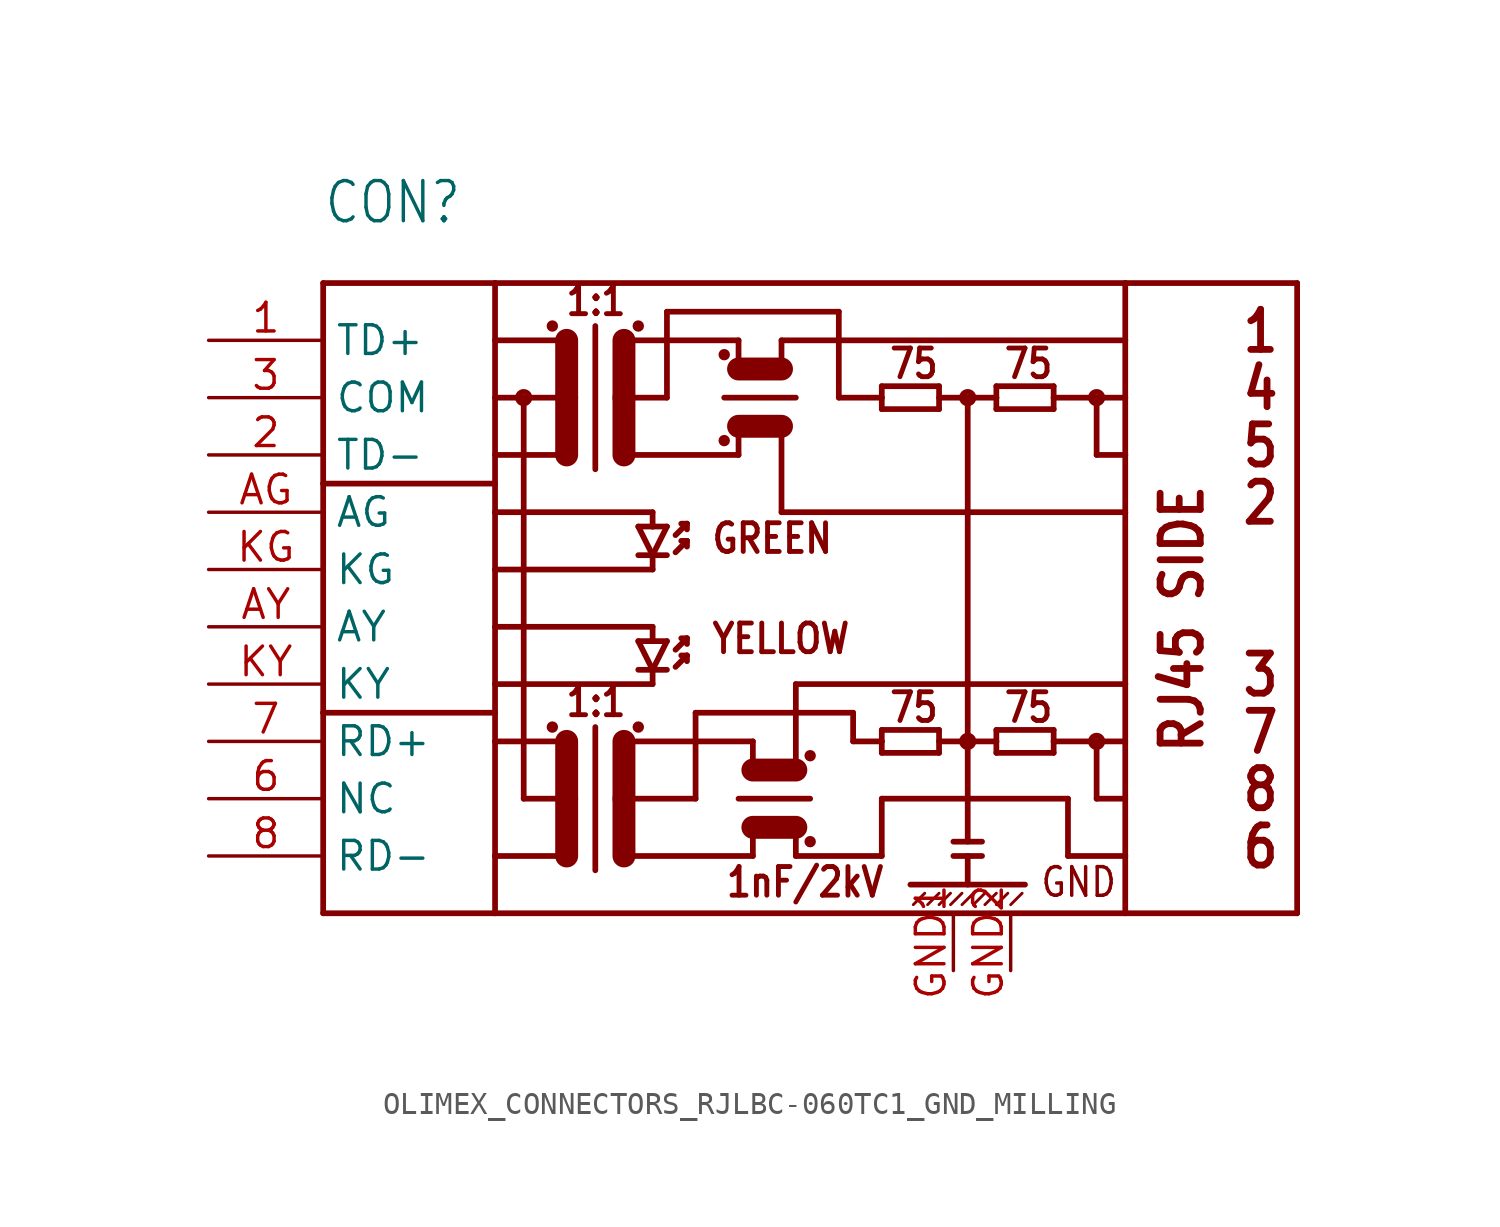
<source format=kicad_sym>
(kicad_symbol_lib
  (version 20231120)
  (generator "kicad_symbol_editor")
  (generator_version "8.0")
  (symbol "OLIMEX_CONNECTORS_RJLBC-060TC1_GND_MILLING"
    (property "Reference" "CON"
      (at -22.86 17.78 0)
      (effects (font (size 1.778 1.511)) (justify left bottom)))
    (property "Value" ""
      (at -22.86 -15.24 0)
      (effects (font (size 1.778 1.511)) (justify left bottom)))
    (property "ki_locked" ""
      (at 0 0 0)
      (effects (font (size 1.27 1.27))))
    (symbol "OLIMEX_CONNECTORS_RJLBC-060TC1_GND_MILLING_1_0"
      (circle (center -13.97 10.16) (radius 0.254) (stroke (width 0.254) (type solid)) (fill (type none)))
      (circle (center -12.7 -4.445) (radius 0.127) (stroke (width 0.254) (type solid)) (fill (type none)))
      (circle (center -12.7 13.335) (radius 0.127) (stroke (width 0.254) (type solid)) (fill (type none)))
      (circle (center -8.89 -4.445) (radius 0.127) (stroke (width 0.254) (type solid)) (fill (type none)))
      (circle (center -8.89 13.335) (radius 0.127) (stroke (width 0.254) (type solid)) (fill (type none)))
      (circle (center -5.08 8.255) (radius 0.127) (stroke (width 0.254) (type solid)) (fill (type none)))
      (circle (center -5.08 12.065) (radius 0.127) (stroke (width 0.254) (type solid)) (fill (type none)))
      (circle (center -1.27 -9.525) (radius 0.127) (stroke (width 0.254) (type solid)) (fill (type none)))
      (circle (center -1.27 -5.715) (radius 0.127) (stroke (width 0.254) (type solid)) (fill (type none)))
      (polyline (pts (xy -22.86 -12.7) (xy -15.24 -12.7)) (stroke (width 0.254) (type solid)) (fill (type none)))
      (polyline (pts (xy -22.86 -3.81) (xy -22.86 -12.7)) (stroke (width 0.254) (type solid)) (fill (type none)))
      (polyline (pts (xy -22.86 -3.81) (xy -15.24 -3.81)) (stroke (width 0.254) (type solid)) (fill (type none)))
      (polyline (pts (xy -22.86 6.35) (xy -22.86 -3.81)) (stroke (width 0.254) (type solid)) (fill (type none)))
      (polyline (pts (xy -22.86 6.35) (xy -15.24 6.35)) (stroke (width 0.254) (type solid)) (fill (type none)))
      (polyline (pts (xy -22.86 15.24) (xy -22.86 6.35)) (stroke (width 0.254) (type solid)) (fill (type none)))
      (polyline (pts (xy -22.86 15.24) (xy -15.24 15.24)) (stroke (width 0.254) (type solid)) (fill (type none)))
      (polyline (pts (xy -15.24 -12.7) (xy 12.7 -12.7)) (stroke (width 0.254) (type solid)) (fill (type none)))
      (polyline (pts (xy -15.24 -10.16) (xy -15.24 -12.7)) (stroke (width 0.254) (type solid)) (fill (type none)))
      (polyline (pts (xy -15.24 -10.16) (xy -12.065 -10.16)) (stroke (width 0.254) (type solid)) (fill (type none)))
      (polyline (pts (xy -15.24 -5.08) (xy -15.24 -10.16)) (stroke (width 0.254) (type solid)) (fill (type none)))
      (polyline (pts (xy -15.24 -3.81) (xy -15.24 -5.08)) (stroke (width 0.254) (type solid)) (fill (type none)))
      (polyline (pts (xy -15.24 -2.54) (xy -15.24 -3.81)) (stroke (width 0.254) (type solid)) (fill (type none)))
      (polyline (pts (xy -15.24 0) (xy -15.24 -2.54)) (stroke (width 0.254) (type solid)) (fill (type none)))
      (polyline (pts (xy -15.24 2.54) (xy -15.24 0)) (stroke (width 0.254) (type solid)) (fill (type none)))
      (polyline (pts (xy -15.24 5.08) (xy -15.24 2.54)) (stroke (width 0.254) (type solid)) (fill (type none)))
      (polyline (pts (xy -15.24 6.35) (xy -15.24 5.08)) (stroke (width 0.254) (type solid)) (fill (type none)))
      (polyline (pts (xy -15.24 10.16) (xy -15.24 6.35)) (stroke (width 0.254) (type solid)) (fill (type none)))
      (polyline (pts (xy -15.24 15.24) (xy -15.24 10.16)) (stroke (width 0.254) (type solid)) (fill (type none)))
      (polyline (pts (xy -15.24 15.24) (xy 12.7 15.24)) (stroke (width 0.254) (type solid)) (fill (type none)))
      (polyline (pts (xy -13.97 -7.62) (xy -12.065 -7.62)) (stroke (width 0.254) (type solid)) (fill (type none)))
      (polyline (pts (xy -13.97 10.16) (xy -15.24 10.16)) (stroke (width 0.254) (type solid)) (fill (type none)))
      (polyline (pts (xy -13.97 10.16) (xy -13.97 -7.62)) (stroke (width 0.254) (type solid)) (fill (type none)))
      (polyline (pts (xy -12.065 -7.62) (xy -12.065 -10.16)) (stroke (width 1.016) (type solid)) (fill (type none)))
      (polyline (pts (xy -12.065 -5.08) (xy -15.24 -5.08)) (stroke (width 0.254) (type solid)) (fill (type none)))
      (polyline (pts (xy -12.065 -5.08) (xy -12.065 -7.62)) (stroke (width 1.016) (type solid)) (fill (type none)))
      (polyline (pts (xy -12.065 7.62) (xy -15.24 7.62)) (stroke (width 0.254) (type solid)) (fill (type none)))
      (polyline (pts (xy -12.065 10.16) (xy -13.97 10.16)) (stroke (width 0.254) (type solid)) (fill (type none)))
      (polyline (pts (xy -12.065 10.16) (xy -12.065 7.62)) (stroke (width 1.016) (type solid)) (fill (type none)))
      (polyline (pts (xy -12.065 12.7) (xy -15.24 12.7)) (stroke (width 0.254) (type solid)) (fill (type none)))
      (polyline (pts (xy -12.065 12.7) (xy -12.065 10.16)) (stroke (width 1.016) (type solid)) (fill (type none)))
      (polyline (pts (xy -10.795 -4.445) (xy -10.795 -10.795)) (stroke (width 0.254) (type solid)) (fill (type none)))
      (polyline (pts (xy -10.795 13.335) (xy -10.795 6.985)) (stroke (width 0.254) (type solid)) (fill (type none)))
      (polyline (pts (xy -9.525 -7.62) (xy -9.525 -10.16)) (stroke (width 1.016) (type solid)) (fill (type none)))
      (polyline (pts (xy -9.525 -7.62) (xy -6.35 -7.62)) (stroke (width 0.254) (type solid)) (fill (type none)))
      (polyline (pts (xy -9.525 -5.08) (xy -9.525 -7.62)) (stroke (width 1.016) (type solid)) (fill (type none)))
      (polyline (pts (xy -9.525 -5.08) (xy -3.81 -5.08)) (stroke (width 0.254) (type solid)) (fill (type none)))
      (polyline (pts (xy -9.525 10.16) (xy -9.525 7.62)) (stroke (width 1.016) (type solid)) (fill (type none)))
      (polyline (pts (xy -9.525 10.16) (xy -7.62 10.16)) (stroke (width 0.254) (type solid)) (fill (type none)))
      (polyline (pts (xy -9.525 12.7) (xy -9.525 10.16)) (stroke (width 1.016) (type solid)) (fill (type none)))
      (polyline (pts (xy -9.525 12.7) (xy -4.445 12.7)) (stroke (width 0.254) (type solid)) (fill (type none)))
      (polyline (pts (xy -8.89 -1.905) (xy -8.255 -1.905)) (stroke (width 0.254) (type solid)) (fill (type none)))
      (polyline (pts (xy -8.89 -0.635) (xy -8.255 -0.635)) (stroke (width 0.254) (type solid)) (fill (type none)))
      (polyline (pts (xy -8.89 3.175) (xy -8.255 3.175)) (stroke (width 0.254) (type solid)) (fill (type none)))
      (polyline (pts (xy -8.89 4.445) (xy -8.255 4.445)) (stroke (width 0.254) (type solid)) (fill (type none)))
      (polyline (pts (xy -8.255 -2.54) (xy -15.24 -2.54)) (stroke (width 0.254) (type solid)) (fill (type none)))
      (polyline (pts (xy -8.255 -1.905) (xy -8.89 -0.635)) (stroke (width 0.254) (type solid)) (fill (type none)))
      (polyline (pts (xy -8.255 -1.905) (xy -8.255 -2.54)) (stroke (width 0.254) (type solid)) (fill (type none)))
      (polyline (pts (xy -8.255 -1.905) (xy -7.62 -1.905)) (stroke (width 0.254) (type solid)) (fill (type none)))
      (polyline (pts (xy -8.255 -0.635) (xy -8.255 0)) (stroke (width 0.254) (type solid)) (fill (type none)))
      (polyline (pts (xy -8.255 -0.635) (xy -7.62 -0.635)) (stroke (width 0.254) (type solid)) (fill (type none)))
      (polyline (pts (xy -8.255 0) (xy -15.24 0)) (stroke (width 0.254) (type solid)) (fill (type none)))
      (polyline (pts (xy -8.255 2.54) (xy -15.24 2.54)) (stroke (width 0.254) (type solid)) (fill (type none)))
      (polyline (pts (xy -8.255 3.175) (xy -8.89 4.445)) (stroke (width 0.254) (type solid)) (fill (type none)))
      (polyline (pts (xy -8.255 3.175) (xy -8.255 2.54)) (stroke (width 0.254) (type solid)) (fill (type none)))
      (polyline (pts (xy -8.255 3.175) (xy -7.62 3.175)) (stroke (width 0.254) (type solid)) (fill (type none)))
      (polyline (pts (xy -8.255 4.445) (xy -8.255 5.08)) (stroke (width 0.254) (type solid)) (fill (type none)))
      (polyline (pts (xy -8.255 4.445) (xy -7.62 4.445)) (stroke (width 0.254) (type solid)) (fill (type none)))
      (polyline (pts (xy -8.255 5.08) (xy -15.24 5.08)) (stroke (width 0.254) (type solid)) (fill (type none)))
      (polyline (pts (xy -7.62 -0.635) (xy -8.255 -1.905)) (stroke (width 0.254) (type solid)) (fill (type none)))
      (polyline (pts (xy -7.62 4.445) (xy -8.255 3.175)) (stroke (width 0.254) (type solid)) (fill (type none)))
      (polyline (pts (xy -7.62 10.16) (xy -7.62 13.97)) (stroke (width 0.254) (type solid)) (fill (type none)))
      (polyline (pts (xy -7.62 13.97) (xy 0 13.97)) (stroke (width 0.254) (type solid)) (fill (type none)))
      (polyline (pts (xy -7.239 -1.778) (xy -6.731 -1.27)) (stroke (width 0.254) (type solid)) (fill (type none)))
      (polyline (pts (xy -7.239 -1.016) (xy -6.731 -0.508)) (stroke (width 0.254) (type solid)) (fill (type none)))
      (polyline (pts (xy -7.239 3.302) (xy -6.731 3.81)) (stroke (width 0.254) (type solid)) (fill (type none)))
      (polyline (pts (xy -7.239 4.064) (xy -6.731 4.572)) (stroke (width 0.254) (type solid)) (fill (type none)))
      (polyline (pts (xy -6.731 -1.27) (xy -6.985 -1.27)) (stroke (width 0.254) (type solid)) (fill (type none)))
      (polyline (pts (xy -6.731 -1.27) (xy -6.731 -1.524)) (stroke (width 0.254) (type solid)) (fill (type none)))
      (polyline (pts (xy -6.731 -0.508) (xy -6.985 -0.508)) (stroke (width 0.254) (type solid)) (fill (type none)))
      (polyline (pts (xy -6.731 -0.508) (xy -6.731 -0.762)) (stroke (width 0.254) (type solid)) (fill (type none)))
      (polyline (pts (xy -6.731 3.81) (xy -6.985 3.81)) (stroke (width 0.254) (type solid)) (fill (type none)))
      (polyline (pts (xy -6.731 3.81) (xy -6.731 3.556)) (stroke (width 0.254) (type solid)) (fill (type none)))
      (polyline (pts (xy -6.731 4.572) (xy -6.985 4.572)) (stroke (width 0.254) (type solid)) (fill (type none)))
      (polyline (pts (xy -6.731 4.572) (xy -6.731 4.318)) (stroke (width 0.254) (type solid)) (fill (type none)))
      (polyline (pts (xy -6.35 -7.62) (xy -6.35 -3.81)) (stroke (width 0.254) (type solid)) (fill (type none)))
      (polyline (pts (xy -6.35 -3.81) (xy 0.635 -3.81)) (stroke (width 0.254) (type solid)) (fill (type none)))
      (polyline (pts (xy -5.08 10.16) (xy -1.905 10.16)) (stroke (width 0.254) (type solid)) (fill (type none)))
      (polyline (pts (xy -4.445 -7.62) (xy -1.27 -7.62)) (stroke (width 0.254) (type solid)) (fill (type none)))
      (polyline (pts (xy -4.445 7.62) (xy -9.525 7.62)) (stroke (width 0.254) (type solid)) (fill (type none)))
      (polyline (pts (xy -4.445 8.89) (xy -4.445 7.62)) (stroke (width 0.254) (type solid)) (fill (type none)))
      (polyline (pts (xy -4.445 8.89) (xy -2.54 8.89)) (stroke (width 1.016) (type solid)) (fill (type none)))
      (polyline (pts (xy -4.445 11.43) (xy -4.445 12.7)) (stroke (width 0.254) (type solid)) (fill (type none)))
      (polyline (pts (xy -4.445 11.43) (xy -2.54 11.43)) (stroke (width 1.016) (type solid)) (fill (type none)))
      (polyline (pts (xy -3.81 -10.16) (xy -9.525 -10.16)) (stroke (width 0.254) (type solid)) (fill (type none)))
      (polyline (pts (xy -3.81 -10.16) (xy -3.81 -8.89)) (stroke (width 0.254) (type solid)) (fill (type none)))
      (polyline (pts (xy -3.81 -8.89) (xy -1.905 -8.89)) (stroke (width 1.016) (type solid)) (fill (type none)))
      (polyline (pts (xy -3.81 -6.35) (xy -3.81 -5.08)) (stroke (width 0.254) (type solid)) (fill (type none)))
      (polyline (pts (xy -3.81 -6.35) (xy -1.905 -6.35)) (stroke (width 1.016) (type solid)) (fill (type none)))
      (polyline (pts (xy -2.54 5.08) (xy 12.7 5.08)) (stroke (width 0.254) (type solid)) (fill (type none)))
      (polyline (pts (xy -2.54 8.89) (xy -2.54 5.08)) (stroke (width 0.254) (type solid)) (fill (type none)))
      (polyline (pts (xy -2.54 11.43) (xy -2.54 12.7)) (stroke (width 0.254) (type solid)) (fill (type none)))
      (polyline (pts (xy -2.54 12.7) (xy 12.7 12.7)) (stroke (width 0.254) (type solid)) (fill (type none)))
      (polyline (pts (xy -1.905 -8.89) (xy -1.905 -10.16)) (stroke (width 0.254) (type solid)) (fill (type none)))
      (polyline (pts (xy -1.905 -6.35) (xy -1.905 -2.54)) (stroke (width 0.254) (type solid)) (fill (type none)))
      (polyline (pts (xy -1.905 -2.54) (xy 12.7 -2.54)) (stroke (width 0.254) (type solid)) (fill (type none)))
      (polyline (pts (xy 0 10.16) (xy 1.905 10.16)) (stroke (width 0.254) (type solid)) (fill (type none)))
      (polyline (pts (xy 0 13.97) (xy 0 10.16)) (stroke (width 0.254) (type solid)) (fill (type none)))
      (polyline (pts (xy 0.635 -5.08) (xy 1.905 -5.08)) (stroke (width 0.254) (type solid)) (fill (type none)))
      (polyline (pts (xy 0.635 -3.81) (xy 0.635 -5.08)) (stroke (width 0.254) (type solid)) (fill (type none)))
      (polyline (pts (xy 1.905 -10.16) (xy -1.905 -10.16)) (stroke (width 0.254) (type solid)) (fill (type none)))
      (polyline (pts (xy 1.905 -7.62) (xy 1.905 -10.16)) (stroke (width 0.254) (type solid)) (fill (type none)))
      (polyline (pts (xy 1.905 -5.588) (xy 4.445 -5.588)) (stroke (width 0.254) (type solid)) (fill (type none)))
      (polyline (pts (xy 1.905 -5.08) (xy 1.905 -5.588)) (stroke (width 0.254) (type solid)) (fill (type none)))
      (polyline (pts (xy 1.905 -4.572) (xy 1.905 -5.08)) (stroke (width 0.254) (type solid)) (fill (type none)))
      (polyline (pts (xy 1.905 9.652) (xy 4.445 9.652)) (stroke (width 0.254) (type solid)) (fill (type none)))
      (polyline (pts (xy 1.905 10.16) (xy 1.905 9.652)) (stroke (width 0.254) (type solid)) (fill (type none)))
      (polyline (pts (xy 1.905 10.668) (xy 1.905 10.16)) (stroke (width 0.254) (type solid)) (fill (type none)))
      (polyline (pts (xy 3.175 -11.43) (xy 8.255 -11.43)) (stroke (width 0.254) (type solid)) (fill (type none)))
      (polyline (pts (xy 3.302 -12.319) (xy 3.81 -11.811)) (stroke (width 0.127) (type solid)) (fill (type none)))
      (polyline (pts (xy 3.937 -12.319) (xy 4.445 -11.811)) (stroke (width 0.127) (type solid)) (fill (type none)))
      (polyline (pts (xy 4.445 -12.319) (xy 4.953 -11.811)) (stroke (width 0.127) (type solid)) (fill (type none)))
      (polyline (pts (xy 4.445 -5.588) (xy 4.445 -4.572)) (stroke (width 0.254) (type solid)) (fill (type none)))
      (polyline (pts (xy 4.445 -5.08) (xy 5.715 -5.08)) (stroke (width 0.254) (type solid)) (fill (type none)))
      (polyline (pts (xy 4.445 -4.572) (xy 1.905 -4.572)) (stroke (width 0.254) (type solid)) (fill (type none)))
      (polyline (pts (xy 4.445 9.652) (xy 4.445 10.668)) (stroke (width 0.254) (type solid)) (fill (type none)))
      (polyline (pts (xy 4.445 10.16) (xy 5.715 10.16)) (stroke (width 0.254) (type solid)) (fill (type none)))
      (polyline (pts (xy 4.445 10.668) (xy 1.905 10.668)) (stroke (width 0.254) (type solid)) (fill (type none)))
      (polyline (pts (xy 4.953 -12.319) (xy 5.461 -11.811)) (stroke (width 0.127) (type solid)) (fill (type none)))
      (polyline (pts (xy 5.08 -10.16) (xy 5.715 -10.16)) (stroke (width 0.254) (type solid)) (fill (type none)))
      (polyline (pts (xy 5.08 -9.525) (xy 6.35 -9.525)) (stroke (width 0.254) (type solid)) (fill (type none)))
      (polyline (pts (xy 5.461 -12.319) (xy 5.969 -11.811)) (stroke (width 0.127) (type solid)) (fill (type none)))
      (polyline (pts (xy 5.715 -10.16) (xy 5.715 -11.43)) (stroke (width 0.254) (type solid)) (fill (type none)))
      (polyline (pts (xy 5.715 -10.16) (xy 6.35 -10.16)) (stroke (width 0.254) (type solid)) (fill (type none)))
      (polyline (pts (xy 5.715 -5.08) (xy 5.715 -9.525)) (stroke (width 0.254) (type solid)) (fill (type none)))
      (polyline (pts (xy 5.715 -5.08) (xy 6.985 -5.08)) (stroke (width 0.254) (type solid)) (fill (type none)))
      (polyline (pts (xy 5.715 10.16) (xy 5.715 -5.08)) (stroke (width 0.254) (type solid)) (fill (type none)))
      (polyline (pts (xy 5.715 10.16) (xy 6.985 10.16)) (stroke (width 0.254) (type solid)) (fill (type none)))
      (polyline (pts (xy 5.969 -12.319) (xy 6.477 -11.811)) (stroke (width 0.127) (type solid)) (fill (type none)))
      (polyline (pts (xy 6.477 -12.319) (xy 6.985 -11.811)) (stroke (width 0.127) (type solid)) (fill (type none)))
      (polyline (pts (xy 6.985 -12.319) (xy 7.493 -11.811)) (stroke (width 0.127) (type solid)) (fill (type none)))
      (polyline (pts (xy 6.985 -5.588) (xy 9.525 -5.588)) (stroke (width 0.254) (type solid)) (fill (type none)))
      (polyline (pts (xy 6.985 -5.08) (xy 6.985 -5.588)) (stroke (width 0.254) (type solid)) (fill (type none)))
      (polyline (pts (xy 6.985 -4.572) (xy 6.985 -5.08)) (stroke (width 0.254) (type solid)) (fill (type none)))
      (polyline (pts (xy 6.985 9.652) (xy 9.525 9.652)) (stroke (width 0.254) (type solid)) (fill (type none)))
      (polyline (pts (xy 6.985 10.16) (xy 6.985 9.652)) (stroke (width 0.254) (type solid)) (fill (type none)))
      (polyline (pts (xy 6.985 10.668) (xy 6.985 10.16)) (stroke (width 0.254) (type solid)) (fill (type none)))
      (polyline (pts (xy 7.62 -12.319) (xy 8.128 -11.811)) (stroke (width 0.127) (type solid)) (fill (type none)))
      (polyline (pts (xy 9.525 -5.588) (xy 9.525 -5.08)) (stroke (width 0.254) (type solid)) (fill (type none)))
      (polyline (pts (xy 9.525 -5.08) (xy 9.525 -4.572)) (stroke (width 0.254) (type solid)) (fill (type none)))
      (polyline (pts (xy 9.525 -5.08) (xy 11.43 -5.08)) (stroke (width 0.254) (type solid)) (fill (type none)))
      (polyline (pts (xy 9.525 -4.572) (xy 6.985 -4.572)) (stroke (width 0.254) (type solid)) (fill (type none)))
      (polyline (pts (xy 9.525 9.652) (xy 9.525 10.16)) (stroke (width 0.254) (type solid)) (fill (type none)))
      (polyline (pts (xy 9.525 10.16) (xy 9.525 10.668)) (stroke (width 0.254) (type solid)) (fill (type none)))
      (polyline (pts (xy 9.525 10.16) (xy 11.43 10.16)) (stroke (width 0.254) (type solid)) (fill (type none)))
      (polyline (pts (xy 9.525 10.668) (xy 6.985 10.668)) (stroke (width 0.254) (type solid)) (fill (type none)))
      (polyline (pts (xy 10.16 -10.16) (xy 10.16 -7.62)) (stroke (width 0.254) (type solid)) (fill (type none)))
      (polyline (pts (xy 10.16 -7.62) (xy 1.905 -7.62)) (stroke (width 0.254) (type solid)) (fill (type none)))
      (polyline (pts (xy 11.43 -7.62) (xy 12.7 -7.62)) (stroke (width 0.254) (type solid)) (fill (type none)))
      (polyline (pts (xy 11.43 -5.08) (xy 11.43 -7.62)) (stroke (width 0.254) (type solid)) (fill (type none)))
      (polyline (pts (xy 11.43 -5.08) (xy 12.7 -5.08)) (stroke (width 0.254) (type solid)) (fill (type none)))
      (polyline (pts (xy 11.43 7.62) (xy 12.7 7.62)) (stroke (width 0.254) (type solid)) (fill (type none)))
      (polyline (pts (xy 11.43 10.16) (xy 11.43 7.62)) (stroke (width 0.254) (type solid)) (fill (type none)))
      (polyline (pts (xy 11.43 10.16) (xy 12.7 10.16)) (stroke (width 0.254) (type solid)) (fill (type none)))
      (polyline (pts (xy 12.7 -12.7) (xy 20.32 -12.7)) (stroke (width 0.254) (type solid)) (fill (type none)))
      (polyline (pts (xy 12.7 -10.16) (xy 10.16 -10.16)) (stroke (width 0.254) (type solid)) (fill (type none)))
      (polyline (pts (xy 12.7 -10.16) (xy 12.7 -12.7)) (stroke (width 0.254) (type solid)) (fill (type none)))
      (polyline (pts (xy 12.7 -2.54) (xy 12.7 -10.16)) (stroke (width 0.254) (type solid)) (fill (type none)))
      (polyline (pts (xy 12.7 5.08) (xy 12.7 -2.54)) (stroke (width 0.254) (type solid)) (fill (type none)))
      (polyline (pts (xy 12.7 7.62) (xy 12.7 5.08)) (stroke (width 0.254) (type solid)) (fill (type none)))
      (polyline (pts (xy 12.7 10.16) (xy 12.7 7.62)) (stroke (width 0.254) (type solid)) (fill (type none)))
      (polyline (pts (xy 12.7 12.7) (xy 12.7 10.16)) (stroke (width 0.254) (type solid)) (fill (type none)))
      (polyline (pts (xy 12.7 15.24) (xy 12.7 12.7)) (stroke (width 0.254) (type solid)) (fill (type none)))
      (polyline (pts (xy 12.7 15.24) (xy 20.32 15.24)) (stroke (width 0.254) (type solid)) (fill (type none)))
      (polyline (pts (xy 20.32 15.24) (xy 20.32 -12.7)) (stroke (width 0.254) (type solid)) (fill (type none)))
      (circle (center 5.715 -5.08) (radius 0.254) (stroke (width 0.254) (type solid)) (fill (type none)))
      (circle (center 5.715 10.16) (radius 0.254) (stroke (width 0.254) (type solid)) (fill (type none)))
      (circle (center 11.43 -5.08) (radius 0.254) (stroke (width 0.254) (type solid)) (fill (type none)))
      (circle (center 11.43 10.16) (radius 0.254) (stroke (width 0.254) (type solid)) (fill (type none)))
      (text "1" (at 17.78 12.065 0) (effects (font (size 1.778 1.511) (thickness 0.302) (bold yes)) (justify left bottom)))
      (text "1:1" (at -12.192 -4.064 0) (effects (font (size 1.27 1.079) (thickness 0.216) (bold yes)) (justify left bottom)))
      (text "1:1" (at -12.192 13.716 0) (effects (font (size 1.27 1.079) (thickness 0.216) (bold yes)) (justify left bottom)))
      (text "1nF/2kV" (at -5.08 -12.065 0) (effects (font (size 1.27 1.079) (thickness 0.216) (bold yes)) (justify left bottom)))
      (text "2" (at 17.78 4.445 0) (effects (font (size 1.778 1.511) (thickness 0.302) (bold yes)) (justify left bottom)))
      (text "3" (at 17.78 -3.175 0) (effects (font (size 1.778 1.511) (thickness 0.302) (bold yes)) (justify left bottom)))
      (text "4" (at 17.78 9.525 0) (effects (font (size 1.778 1.511) (thickness 0.302) (bold yes)) (justify left bottom)))
      (text "5" (at 17.78 6.985 0) (effects (font (size 1.778 1.511) (thickness 0.302) (bold yes)) (justify left bottom)))
      (text "6" (at 17.78 -10.795 0) (effects (font (size 1.778 1.511) (thickness 0.302) (bold yes)) (justify left bottom)))
      (text "7" (at 17.78 -5.715 0) (effects (font (size 1.778 1.511) (thickness 0.302) (bold yes)) (justify left bottom)))
      (text "75" (at 2.159 -4.318 0) (effects (font (size 1.27 1.079) (thickness 0.216) (bold yes)) (justify left bottom)))
      (text "75" (at 2.159 10.922 0) (effects (font (size 1.27 1.079) (thickness 0.216) (bold yes)) (justify left bottom)))
      (text "75" (at 7.239 -4.318 0) (effects (font (size 1.27 1.079) (thickness 0.216) (bold yes)) (justify left bottom)))
      (text "75" (at 7.239 10.922 0) (effects (font (size 1.27 1.079) (thickness 0.216) (bold yes)) (justify left bottom)))
      (text "8" (at 17.78 -8.255 0) (effects (font (size 1.778 1.511) (thickness 0.302) (bold yes)) (justify left bottom)))
      (text "GND" (at 8.89 -12.065 0) (effects (font (size 1.27 1.079)) (justify left bottom)))
      (text "GREEN" (at -5.715 3.175 0) (effects (font (size 1.27 1.079) (thickness 0.216) (bold yes)) (justify left bottom)))
      (text "RJ45 SIDE" (at 16.256 -5.715 900) (effects (font (size 1.778 1.511) (thickness 0.302) (bold yes)) (justify left bottom)))
      (text "YELLOW" (at -5.715 -1.27 0) (effects (font (size 1.27 1.079) (thickness 0.216) (bold yes)) (justify left bottom)))
      (pin bidirectional line (at -27.94 12.7 0) (length 5.08) (name "TD+" (effects (font (size 1.27 1.27)))) (number "1" (effects (font (size 1.27 1.27)))))
      (pin bidirectional line (at -27.94 7.62 0) (length 5.08) (name "TD-" (effects (font (size 1.27 1.27)))) (number "2" (effects (font (size 1.27 1.27)))))
      (pin bidirectional line (at -27.94 10.16 0) (length 5.08) (name "COM" (effects (font (size 1.27 1.27)))) (number "3" (effects (font (size 1.27 1.27)))))
      (pin bidirectional line (at -27.94 -7.62 0) (length 5.08) (name "NC" (effects (font (size 1.27 1.27)))) (number "6" (effects (font (size 1.27 1.27)))))
      (pin bidirectional line (at -27.94 -5.08 0) (length 5.08) (name "RD+" (effects (font (size 1.27 1.27)))) (number "7" (effects (font (size 1.27 1.27)))))
      (pin bidirectional line (at -27.94 -10.16 0) (length 5.08) (name "RD-" (effects (font (size 1.27 1.27)))) (number "8" (effects (font (size 1.27 1.27)))))
      (pin passive line (at -27.94 5.08 0) (length 5.08) (name "AG" (effects (font (size 1.27 1.27)))) (number "AG" (effects (font (size 1.27 1.27)))))
      (pin passive line (at -27.94 0 0) (length 5.08) (name "AY" (effects (font (size 1.27 1.27)))) (number "AY" (effects (font (size 1.27 1.27)))))
      (pin input line (at 5.08 -15.24 90) (length 2.54) (name "GND1" (effects (font (size 0 0)))) (number "GND1" (effects (font (size 1.27 1.27)))))
      (pin input line (at 7.62 -15.24 90) (length 2.54) (name "GND2" (effects (font (size 0 0)))) (number "GND2" (effects (font (size 1.27 1.27)))))
      (pin passive line (at -27.94 2.54 0) (length 5.08) (name "KG" (effects (font (size 1.27 1.27)))) (number "KG" (effects (font (size 1.27 1.27)))))
      (pin passive line (at -27.94 -2.54 0) (length 5.08) (name "KY" (effects (font (size 1.27 1.27)))) (number "KY" (effects (font (size 1.27 1.27))))))))
</source>
